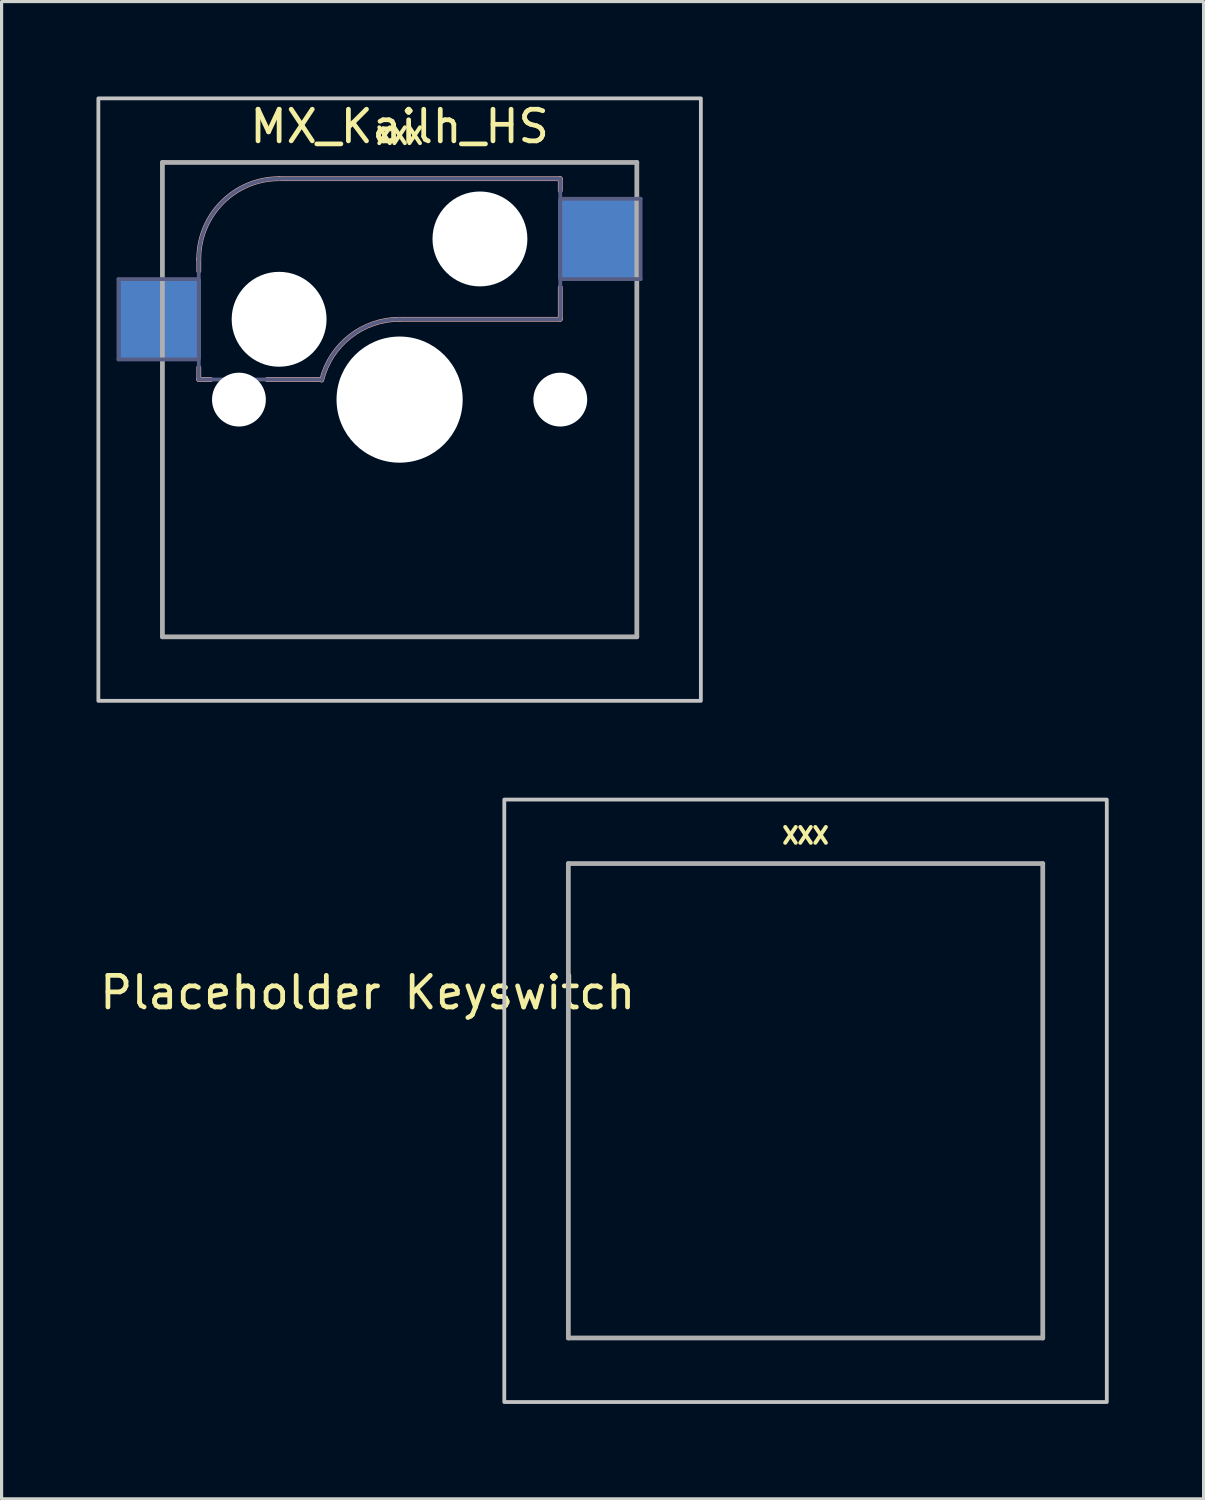
<source format=kicad_pcb>
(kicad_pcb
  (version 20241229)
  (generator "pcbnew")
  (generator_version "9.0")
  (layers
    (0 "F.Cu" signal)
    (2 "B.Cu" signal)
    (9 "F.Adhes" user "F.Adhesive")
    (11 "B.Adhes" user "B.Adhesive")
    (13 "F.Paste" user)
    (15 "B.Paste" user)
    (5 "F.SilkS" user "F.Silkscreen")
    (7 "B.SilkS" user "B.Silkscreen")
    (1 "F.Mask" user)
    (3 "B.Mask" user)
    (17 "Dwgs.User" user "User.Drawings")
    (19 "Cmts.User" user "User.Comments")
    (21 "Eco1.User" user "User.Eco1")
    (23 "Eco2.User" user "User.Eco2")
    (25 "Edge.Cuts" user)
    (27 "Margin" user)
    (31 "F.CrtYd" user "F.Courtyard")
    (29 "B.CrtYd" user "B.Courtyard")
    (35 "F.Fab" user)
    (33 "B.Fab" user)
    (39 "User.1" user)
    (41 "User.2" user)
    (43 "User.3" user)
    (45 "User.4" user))
  (footprint "Placeholder Keyswitch"
    (layer "F.Cu")
    (at 22.42 31.755)
    (property "Reference" "Placeholder Keyswitch" (at -13.843 -3.421 0) (unlocked yes) (layer "F.SilkS") (effects (font (size 1 1) (thickness 0.15))))
    (fp_rect (start -9.525 -9.525) (end 9.525 9.525) (stroke (width 0.12) (type solid)) (fill no) (layer "Dwgs.User"))
    (fp_line (start -7.5 -7.5) (end 7.5 -7.5) (stroke (width 0.15) (type solid)) (layer "F.Fab"))
    (fp_line (start -7.5 7.5) (end -7.5 -7.5) (stroke (width 0.15) (type solid)) (layer "F.Fab"))
    (fp_line (start 7.5 -7.5) (end 7.5 7.5) (stroke (width 0.15) (type solid)) (layer "F.Fab"))
    (fp_line (start 7.5 7.5) (end -7.5 7.5) (stroke (width 0.15) (type solid)) (layer "F.Fab"))
    (fp_text user "XXX" (at 0 -8.382 0) (layer "F.SilkS") (effects (font (size 0.5 0.5) (thickness 0.15)))))
  (footprint "MX_Kailh_HS"
    (layer "F.Cu")
    (at 9.585 9.585)
    (property "Reference" "MX_Kailh_HS" (at 0 -8.636 0) (unlocked yes) (layer "F.SilkS") (effects (font (size 1 1) (thickness 0.15))))
    (fp_line (start -6.35 -4.445) (end -6.35 -4.064) (stroke (width 0.15) (type solid)) (layer "B.SilkS"))
    (fp_line (start -6.35 -1.016) (end -6.35 -0.635) (stroke (width 0.15) (type solid)) (layer "B.SilkS"))
    (fp_line (start -5.969 -0.635) (end -6.35 -0.635) (stroke (width 0.15) (type solid)) (layer "B.SilkS"))
    (fp_line (start -3.81 -6.985) (end 5.08 -6.985) (stroke (width 0.15) (type solid)) (layer "B.SilkS"))
    (fp_line (start -2.464 -0.635) (end -4.191 -0.635) (stroke (width 0.15) (type solid)) (layer "B.SilkS"))
    (fp_line (start 5.08 -6.985) (end 5.08 -6.604) (stroke (width 0.15) (type solid)) (layer "B.SilkS"))
    (fp_line (start 5.08 -3.556) (end 5.08 -2.54) (stroke (width 0.15) (type solid)) (layer "B.SilkS"))
    (fp_line (start 5.08 -2.54) (end 0 -2.54) (stroke (width 0.15) (type solid)) (layer "B.SilkS"))
    (fp_arc (start -6.35 -4.445) (mid -5.606051 -6.241051) (end -3.81 -6.985) (stroke (width 0.15) (type solid)) (layer "B.SilkS"))
    (fp_arc (start -2.464162 -0.61604) (mid -1.563147 -2.002042) (end 0 -2.54) (stroke (width 0.15) (type solid)) (layer "B.SilkS"))
    (fp_rect (start -9.525 -9.525) (end 9.525 9.525) (stroke (width 0.12) (type solid)) (fill no) (layer "Dwgs.User"))
    (fp_line (start -8.89 -3.81) (end -6.35 -3.81) (stroke (width 0.12) (type solid)) (layer "B.Fab"))
    (fp_line (start -8.89 -1.27) (end -8.89 -3.81) (stroke (width 0.12) (type solid)) (layer "B.Fab"))
    (fp_line (start -6.35 -1.27) (end -8.89 -1.27) (stroke (width 0.12) (type solid)) (layer "B.Fab"))
    (fp_line (start -6.35 -0.635) (end -6.35 -4.445) (stroke (width 0.12) (type solid)) (layer "B.Fab"))
    (fp_line (start -6.35 -0.635) (end -2.54 -0.635) (stroke (width 0.12) (type solid)) (layer "B.Fab"))
    (fp_line (start -3.81 -6.985) (end 5.08 -6.985) (stroke (width 0.12) (type solid)) (layer "B.Fab"))
    (fp_line (start 5.08 -6.985) (end 5.08 -2.54) (stroke (width 0.12) (type solid)) (layer "B.Fab"))
    (fp_line (start 5.08 -6.35) (end 7.62 -6.35) (stroke (width 0.12) (type solid)) (layer "B.Fab"))
    (fp_line (start 5.08 -2.54) (end 0 -2.54) (stroke (width 0.12) (type solid)) (layer "B.Fab"))
    (fp_line (start 7.62 -6.35) (end 7.62 -3.81) (stroke (width 0.12) (type solid)) (layer "B.Fab"))
    (fp_line (start 7.62 -3.81) (end 5.08 -3.81) (stroke (width 0.12) (type solid)) (layer "B.Fab"))
    (fp_arc (start -6.35 -4.445) (mid -5.606051 -6.241051) (end -3.81 -6.985) (stroke (width 0.12) (type solid)) (layer "B.Fab"))
    (fp_arc (start -2.464162 -0.61604) (mid -1.563147 -2.002042) (end 0 -2.54) (stroke (width 0.12) (type solid)) (layer "B.Fab"))
    (fp_line (start -7.5 -7.5) (end 7.5 -7.5) (stroke (width 0.15) (type solid)) (layer "F.Fab"))
    (fp_line (start -7.5 7.5) (end -7.5 -7.5) (stroke (width 0.15) (type solid)) (layer "F.Fab"))
    (fp_line (start 7.5 -7.5) (end 7.5 7.5) (stroke (width 0.15) (type solid)) (layer "F.Fab"))
    (fp_line (start 7.5 7.5) (end -7.5 7.5) (stroke (width 0.15) (type solid)) (layer "F.Fab"))
    (fp_text user "XXX" (at 0 -8.334 0) (unlocked yes) (layer "F.SilkS") (effects (font (size 0.5 0.5) (thickness 0.125))))
    (pad "" np_thru_hole circle (at -5.08 0) (size 1.702 1.702) (drill 1.702) (layers "*.Cu" "*.Mask"))
    (pad "" np_thru_hole circle (at -3.81 -2.54) (size 3 3) (drill 3) (layers "*.Cu" "*.Mask"))
    (pad "" np_thru_hole circle (at 0 0) (size 3.988 3.988) (drill 3.988) (layers "*.Cu" "*.Mask"))
    (pad "" np_thru_hole circle (at 2.54 -5.08) (size 3 3) (drill 3) (layers "*.Cu" "*.Mask"))
    (pad "" np_thru_hole circle (at 5.08 0) (size 1.702 1.702) (drill 1.702) (layers "*.Cu" "*.Mask"))
    (pad "1" smd rect (at 6.29 -5.08) (size 2.55 2.5) (layers "B.Cu" "B.Mask" "B.Paste"))
    (pad "2" smd rect (at -7.56 -2.54) (size 2.55 2.5) (layers "B.Cu" "B.Mask" "B.Paste")))
  (gr_rect
    (start -3 -3)
    (end 35.005 44.34)
    (stroke (width 0.1) (type default))
    (fill no)
    (layer "Edge.Cuts")))
</source>
